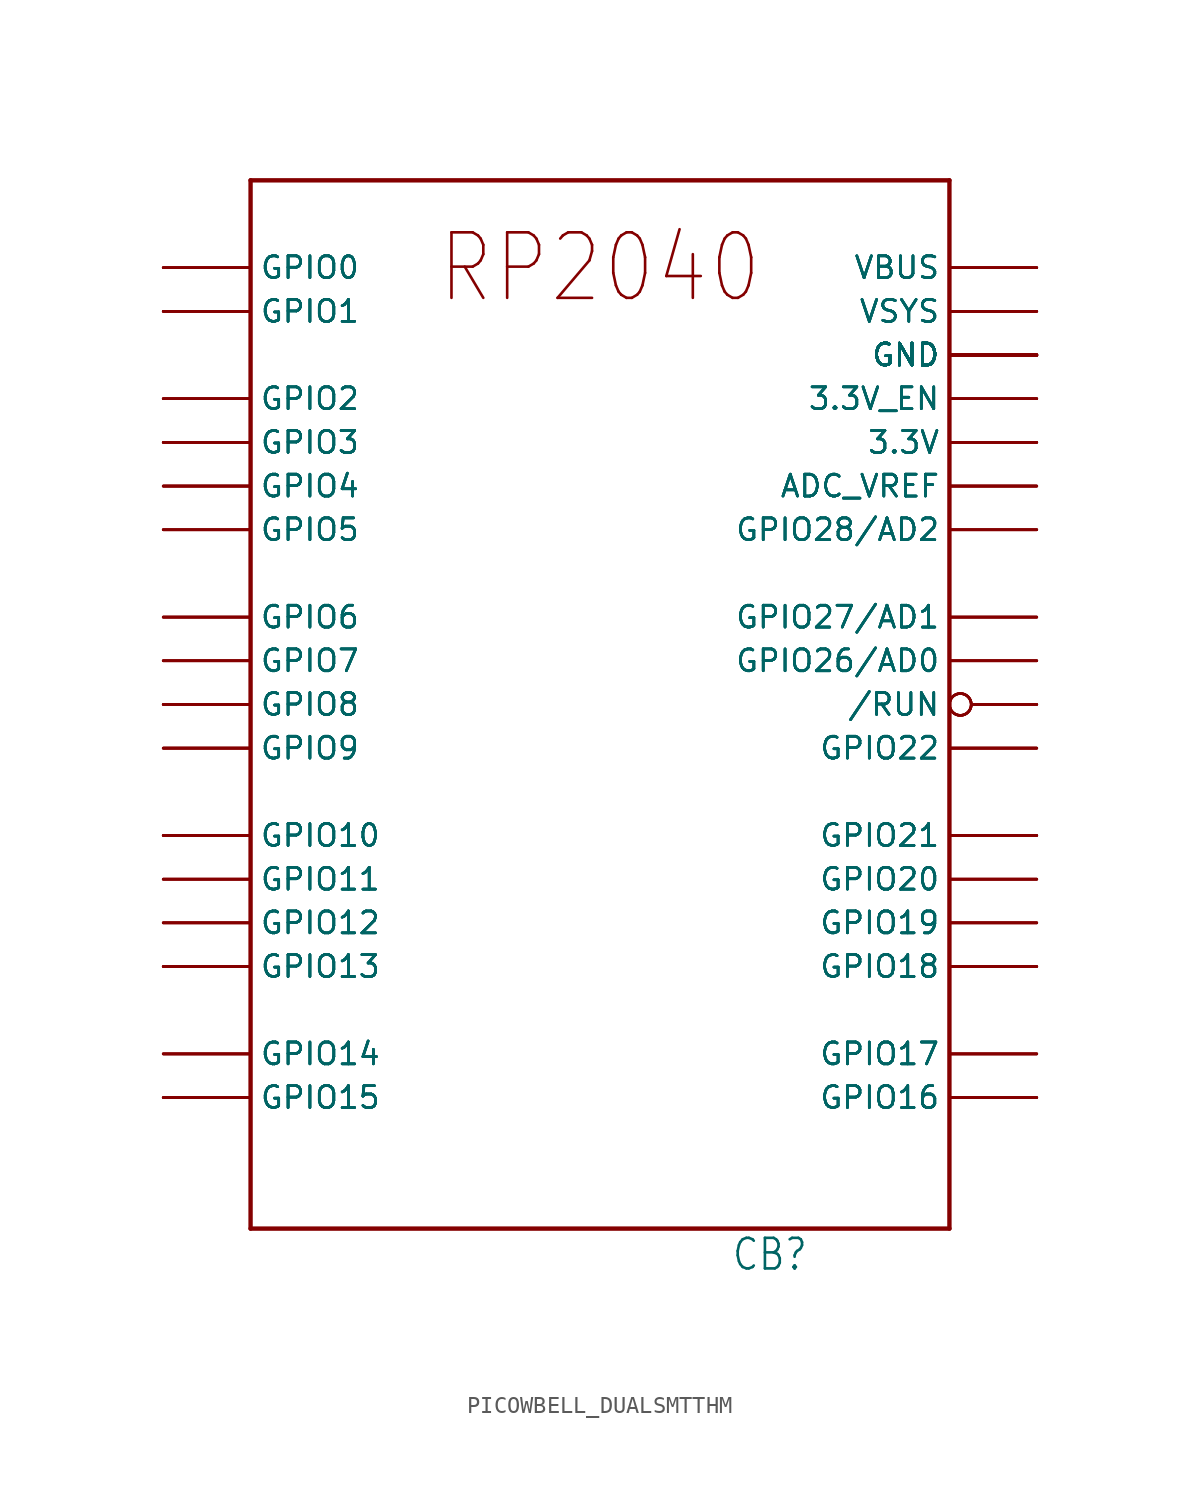
<source format=kicad_sym>
(kicad_symbol_lib
  (version 20231120)
  (generator "kicad_symbol_editor")
  (generator_version "8.0")
  (symbol "PICOWBELL_DUALSMTTHM"
    (property "Reference" "CB"
      (at 7.62 -33.02 0)
      (effects (font (size 1.778 1.511)) (justify left bottom)))
    (property "Value" ""
      (at -17.78 -33.02 0)
      (effects (font (size 1.778 1.511)) (justify left bottom)))
    (property "ki_locked" ""
      (at 0 0 0)
      (effects (font (size 1.27 1.27))))
    (symbol "PICOWBELL_DUALSMTTHM_1_0"
      (polyline (pts (xy -20.32 -30.48) (xy -20.32 30.48)) (stroke (width 0.254) (type solid)) (fill (type none)))
      (polyline (pts (xy -20.32 30.48) (xy 20.32 30.48)) (stroke (width 0.254) (type solid)) (fill (type none)))
      (polyline (pts (xy 20.32 -30.48) (xy -20.32 -30.48)) (stroke (width 0.254) (type solid)) (fill (type none)))
      (polyline (pts (xy 20.32 30.48) (xy 20.32 -30.48)) (stroke (width 0.254) (type solid)) (fill (type none)))
      (text "RP2040" (at 0 25.4 0) (effects (font (size 3.81 3.239))))
      (pin bidirectional line (at -25.4 25.4 0) (length 5.08) (name "GPIO0" (effects (font (size 1.27 1.27)))) (number "S1" (effects (font (size 0 0)))))
      (pin bidirectional line (at -25.4 15.24 0) (length 5.08) (name "GPIO3" (effects (font (size 1.27 1.27)))) (number "S10" (effects (font (size 0 0)))))
      (pin bidirectional line (at -25.4 12.7 0) (length 5.08) (name "GPIO4" (effects (font (size 1.27 1.27)))) (number "S11" (effects (font (size 0 0)))))
      (pin bidirectional line (at -25.4 12.7 0) (length 5.08) (name "GPIO4" (effects (font (size 1.27 1.27)))) (number "S12" (effects (font (size 0 0)))))
      (pin bidirectional line (at -25.4 10.16 0) (length 5.08) (name "GPIO5" (effects (font (size 1.27 1.27)))) (number "S13" (effects (font (size 0 0)))))
      (pin bidirectional line (at -25.4 10.16 0) (length 5.08) (name "GPIO5" (effects (font (size 1.27 1.27)))) (number "S14" (effects (font (size 0 0)))))
      (pin power_in line (at 25.4 20.32 180) (length 5.08) (name "GND" (effects (font (size 1.27 1.27)))) (number "S15" (effects (font (size 0 0)))))
      (pin power_in line (at 25.4 20.32 180) (length 5.08) (name "GND" (effects (font (size 1.27 1.27)))) (number "S16" (effects (font (size 0 0)))))
      (pin bidirectional line (at -25.4 5.08 0) (length 5.08) (name "GPIO6" (effects (font (size 1.27 1.27)))) (number "S17" (effects (font (size 0 0)))))
      (pin bidirectional line (at -25.4 5.08 0) (length 5.08) (name "GPIO6" (effects (font (size 1.27 1.27)))) (number "S18" (effects (font (size 0 0)))))
      (pin bidirectional line (at -25.4 2.54 0) (length 5.08) (name "GPIO7" (effects (font (size 1.27 1.27)))) (number "S19" (effects (font (size 0 0)))))
      (pin bidirectional line (at -25.4 25.4 0) (length 5.08) (name "GPIO0" (effects (font (size 1.27 1.27)))) (number "S2" (effects (font (size 0 0)))))
      (pin bidirectional line (at -25.4 2.54 0) (length 5.08) (name "GPIO7" (effects (font (size 1.27 1.27)))) (number "S20" (effects (font (size 0 0)))))
      (pin bidirectional line (at -25.4 0 0) (length 5.08) (name "GPIO8" (effects (font (size 1.27 1.27)))) (number "S21" (effects (font (size 0 0)))))
      (pin bidirectional line (at -25.4 0 0) (length 5.08) (name "GPIO8" (effects (font (size 1.27 1.27)))) (number "S22" (effects (font (size 0 0)))))
      (pin bidirectional line (at -25.4 -2.54 0) (length 5.08) (name "GPIO9" (effects (font (size 1.27 1.27)))) (number "S23" (effects (font (size 0 0)))))
      (pin bidirectional line (at -25.4 -2.54 0) (length 5.08) (name "GPIO9" (effects (font (size 1.27 1.27)))) (number "S24" (effects (font (size 0 0)))))
      (pin power_in line (at 25.4 20.32 180) (length 5.08) (name "GND" (effects (font (size 1.27 1.27)))) (number "S25" (effects (font (size 0 0)))))
      (pin power_in line (at 25.4 20.32 180) (length 5.08) (name "GND" (effects (font (size 1.27 1.27)))) (number "S26" (effects (font (size 0 0)))))
      (pin bidirectional line (at -25.4 -7.62 0) (length 5.08) (name "GPIO10" (effects (font (size 1.27 1.27)))) (number "S27" (effects (font (size 0 0)))))
      (pin bidirectional line (at -25.4 -7.62 0) (length 5.08) (name "GPIO10" (effects (font (size 1.27 1.27)))) (number "S28" (effects (font (size 0 0)))))
      (pin bidirectional line (at -25.4 -10.16 0) (length 5.08) (name "GPIO11" (effects (font (size 1.27 1.27)))) (number "S29" (effects (font (size 0 0)))))
      (pin bidirectional line (at -25.4 22.86 0) (length 5.08) (name "GPIO1" (effects (font (size 1.27 1.27)))) (number "S3" (effects (font (size 0 0)))))
      (pin bidirectional line (at -25.4 -10.16 0) (length 5.08) (name "GPIO11" (effects (font (size 1.27 1.27)))) (number "S30" (effects (font (size 0 0)))))
      (pin bidirectional line (at -25.4 -12.7 0) (length 5.08) (name "GPIO12" (effects (font (size 1.27 1.27)))) (number "S31" (effects (font (size 0 0)))))
      (pin bidirectional line (at -25.4 -12.7 0) (length 5.08) (name "GPIO12" (effects (font (size 1.27 1.27)))) (number "S32" (effects (font (size 0 0)))))
      (pin bidirectional line (at -25.4 -15.24 0) (length 5.08) (name "GPIO13" (effects (font (size 1.27 1.27)))) (number "S33" (effects (font (size 0 0)))))
      (pin bidirectional line (at -25.4 -15.24 0) (length 5.08) (name "GPIO13" (effects (font (size 1.27 1.27)))) (number "S34" (effects (font (size 0 0)))))
      (pin power_in line (at 25.4 20.32 180) (length 5.08) (name "GND" (effects (font (size 1.27 1.27)))) (number "S35" (effects (font (size 0 0)))))
      (pin power_in line (at 25.4 20.32 180) (length 5.08) (name "GND" (effects (font (size 1.27 1.27)))) (number "S36" (effects (font (size 0 0)))))
      (pin bidirectional line (at -25.4 -20.32 0) (length 5.08) (name "GPIO14" (effects (font (size 1.27 1.27)))) (number "S37" (effects (font (size 0 0)))))
      (pin bidirectional line (at -25.4 -20.32 0) (length 5.08) (name "GPIO14" (effects (font (size 1.27 1.27)))) (number "S38" (effects (font (size 0 0)))))
      (pin bidirectional line (at -25.4 -22.86 0) (length 5.08) (name "GPIO15" (effects (font (size 1.27 1.27)))) (number "S39" (effects (font (size 0 0)))))
      (pin bidirectional line (at -25.4 22.86 0) (length 5.08) (name "GPIO1" (effects (font (size 1.27 1.27)))) (number "S4" (effects (font (size 0 0)))))
      (pin bidirectional line (at -25.4 -22.86 0) (length 5.08) (name "GPIO15" (effects (font (size 1.27 1.27)))) (number "S40" (effects (font (size 0 0)))))
      (pin bidirectional line (at 25.4 -22.86 180) (length 5.08) (name "GPIO16" (effects (font (size 1.27 1.27)))) (number "S41" (effects (font (size 0 0)))))
      (pin bidirectional line (at 25.4 -22.86 180) (length 5.08) (name "GPIO16" (effects (font (size 1.27 1.27)))) (number "S42" (effects (font (size 0 0)))))
      (pin bidirectional line (at 25.4 -20.32 180) (length 5.08) (name "GPIO17" (effects (font (size 1.27 1.27)))) (number "S43" (effects (font (size 0 0)))))
      (pin bidirectional line (at 25.4 -20.32 180) (length 5.08) (name "GPIO17" (effects (font (size 1.27 1.27)))) (number "S44" (effects (font (size 0 0)))))
      (pin power_in line (at 25.4 20.32 180) (length 5.08) (name "GND" (effects (font (size 1.27 1.27)))) (number "S45" (effects (font (size 0 0)))))
      (pin power_in line (at 25.4 20.32 180) (length 5.08) (name "GND" (effects (font (size 1.27 1.27)))) (number "S46" (effects (font (size 0 0)))))
      (pin bidirectional line (at 25.4 -15.24 180) (length 5.08) (name "GPIO18" (effects (font (size 1.27 1.27)))) (number "S47" (effects (font (size 0 0)))))
      (pin bidirectional line (at 25.4 -15.24 180) (length 5.08) (name "GPIO18" (effects (font (size 1.27 1.27)))) (number "S48" (effects (font (size 0 0)))))
      (pin bidirectional line (at 25.4 -12.7 180) (length 5.08) (name "GPIO19" (effects (font (size 1.27 1.27)))) (number "S49" (effects (font (size 0 0)))))
      (pin power_in line (at 25.4 20.32 180) (length 5.08) (name "GND" (effects (font (size 1.27 1.27)))) (number "S5" (effects (font (size 0 0)))))
      (pin bidirectional line (at 25.4 -12.7 180) (length 5.08) (name "GPIO19" (effects (font (size 1.27 1.27)))) (number "S50" (effects (font (size 0 0)))))
      (pin bidirectional line (at 25.4 -10.16 180) (length 5.08) (name "GPIO20" (effects (font (size 1.27 1.27)))) (number "S51" (effects (font (size 0 0)))))
      (pin bidirectional line (at 25.4 -10.16 180) (length 5.08) (name "GPIO20" (effects (font (size 1.27 1.27)))) (number "S52" (effects (font (size 0 0)))))
      (pin bidirectional line (at 25.4 -7.62 180) (length 5.08) (name "GPIO21" (effects (font (size 1.27 1.27)))) (number "S53" (effects (font (size 0 0)))))
      (pin bidirectional line (at 25.4 -7.62 180) (length 5.08) (name "GPIO21" (effects (font (size 1.27 1.27)))) (number "S54" (effects (font (size 0 0)))))
      (pin power_in line (at 25.4 20.32 180) (length 5.08) (name "GND" (effects (font (size 1.27 1.27)))) (number "S55" (effects (font (size 0 0)))))
      (pin power_in line (at 25.4 20.32 180) (length 5.08) (name "GND" (effects (font (size 1.27 1.27)))) (number "S56" (effects (font (size 0 0)))))
      (pin bidirectional line (at 25.4 -2.54 180) (length 5.08) (name "GPIO22" (effects (font (size 1.27 1.27)))) (number "S57" (effects (font (size 0 0)))))
      (pin bidirectional line (at 25.4 -2.54 180) (length 5.08) (name "GPIO22" (effects (font (size 1.27 1.27)))) (number "S58" (effects (font (size 0 0)))))
      (pin bidirectional inverted (at 25.4 0 180) (length 5.08) (name "/RUN" (effects (font (size 1.27 1.27)))) (number "S59" (effects (font (size 0 0)))))
      (pin power_in line (at 25.4 20.32 180) (length 5.08) (name "GND" (effects (font (size 1.27 1.27)))) (number "S6" (effects (font (size 0 0)))))
      (pin bidirectional inverted (at 25.4 0 180) (length 5.08) (name "/RUN" (effects (font (size 1.27 1.27)))) (number "S60" (effects (font (size 0 0)))))
      (pin bidirectional line (at 25.4 2.54 180) (length 5.08) (name "GPIO26/AD0" (effects (font (size 1.27 1.27)))) (number "S61" (effects (font (size 0 0)))))
      (pin bidirectional line (at 25.4 2.54 180) (length 5.08) (name "GPIO26/AD0" (effects (font (size 1.27 1.27)))) (number "S62" (effects (font (size 0 0)))))
      (pin bidirectional line (at 25.4 5.08 180) (length 5.08) (name "GPIO27/AD1" (effects (font (size 1.27 1.27)))) (number "S63" (effects (font (size 0 0)))))
      (pin bidirectional line (at 25.4 5.08 180) (length 5.08) (name "GPIO27/AD1" (effects (font (size 1.27 1.27)))) (number "S64" (effects (font (size 0 0)))))
      (pin power_in line (at 25.4 20.32 180) (length 5.08) (name "GND" (effects (font (size 1.27 1.27)))) (number "S65" (effects (font (size 0 0)))))
      (pin power_in line (at 25.4 20.32 180) (length 5.08) (name "GND" (effects (font (size 1.27 1.27)))) (number "S66" (effects (font (size 0 0)))))
      (pin bidirectional line (at 25.4 10.16 180) (length 5.08) (name "GPIO28/AD2" (effects (font (size 1.27 1.27)))) (number "S67" (effects (font (size 0 0)))))
      (pin bidirectional line (at 25.4 10.16 180) (length 5.08) (name "GPIO28/AD2" (effects (font (size 1.27 1.27)))) (number "S68" (effects (font (size 0 0)))))
      (pin passive line (at 25.4 12.7 180) (length 5.08) (name "ADC_VREF" (effects (font (size 1.27 1.27)))) (number "S69" (effects (font (size 0 0)))))
      (pin bidirectional line (at -25.4 17.78 0) (length 5.08) (name "GPIO2" (effects (font (size 1.27 1.27)))) (number "S7" (effects (font (size 0 0)))))
      (pin passive line (at 25.4 12.7 180) (length 5.08) (name "ADC_VREF" (effects (font (size 1.27 1.27)))) (number "S70" (effects (font (size 0 0)))))
      (pin power_in line (at 25.4 15.24 180) (length 5.08) (name "3.3V" (effects (font (size 1.27 1.27)))) (number "S71" (effects (font (size 0 0)))))
      (pin power_in line (at 25.4 15.24 180) (length 5.08) (name "3.3V" (effects (font (size 1.27 1.27)))) (number "S72" (effects (font (size 0 0)))))
      (pin passive line (at 25.4 17.78 180) (length 5.08) (name "3.3V_EN" (effects (font (size 1.27 1.27)))) (number "S73" (effects (font (size 0 0)))))
      (pin passive line (at 25.4 17.78 180) (length 5.08) (name "3.3V_EN" (effects (font (size 1.27 1.27)))) (number "S74" (effects (font (size 0 0)))))
      (pin power_in line (at 25.4 20.32 180) (length 5.08) (name "GND" (effects (font (size 1.27 1.27)))) (number "S75" (effects (font (size 0 0)))))
      (pin power_in line (at 25.4 20.32 180) (length 5.08) (name "GND" (effects (font (size 1.27 1.27)))) (number "S76" (effects (font (size 0 0)))))
      (pin power_in line (at 25.4 22.86 180) (length 5.08) (name "VSYS" (effects (font (size 1.27 1.27)))) (number "S77" (effects (font (size 0 0)))))
      (pin power_in line (at 25.4 22.86 180) (length 5.08) (name "VSYS" (effects (font (size 1.27 1.27)))) (number "S78" (effects (font (size 0 0)))))
      (pin power_in line (at 25.4 25.4 180) (length 5.08) (name "VBUS" (effects (font (size 1.27 1.27)))) (number "S79" (effects (font (size 0 0)))))
      (pin bidirectional line (at -25.4 17.78 0) (length 5.08) (name "GPIO2" (effects (font (size 1.27 1.27)))) (number "S8" (effects (font (size 0 0)))))
      (pin power_in line (at 25.4 25.4 180) (length 5.08) (name "VBUS" (effects (font (size 1.27 1.27)))) (number "S80" (effects (font (size 0 0)))))
      (pin bidirectional line (at -25.4 15.24 0) (length 5.08) (name "GPIO3" (effects (font (size 1.27 1.27)))) (number "S9" (effects (font (size 0 0)))))
      (pin bidirectional line (at -25.4 25.4 0) (length 5.08) (name "GPIO0" (effects (font (size 1.27 1.27)))) (number "T1" (effects (font (size 0 0)))))
      (pin bidirectional line (at -25.4 15.24 0) (length 5.08) (name "GPIO3" (effects (font (size 1.27 1.27)))) (number "T10" (effects (font (size 0 0)))))
      (pin bidirectional line (at -25.4 12.7 0) (length 5.08) (name "GPIO4" (effects (font (size 1.27 1.27)))) (number "T11" (effects (font (size 0 0)))))
      (pin bidirectional line (at -25.4 12.7 0) (length 5.08) (name "GPIO4" (effects (font (size 1.27 1.27)))) (number "T12" (effects (font (size 0 0)))))
      (pin bidirectional line (at -25.4 10.16 0) (length 5.08) (name "GPIO5" (effects (font (size 1.27 1.27)))) (number "T13" (effects (font (size 0 0)))))
      (pin bidirectional line (at -25.4 10.16 0) (length 5.08) (name "GPIO5" (effects (font (size 1.27 1.27)))) (number "T14" (effects (font (size 0 0)))))
      (pin power_in line (at 25.4 20.32 180) (length 5.08) (name "GND" (effects (font (size 1.27 1.27)))) (number "T15" (effects (font (size 0 0)))))
      (pin power_in line (at 25.4 20.32 180) (length 5.08) (name "GND" (effects (font (size 1.27 1.27)))) (number "T16" (effects (font (size 0 0)))))
      (pin bidirectional line (at -25.4 5.08 0) (length 5.08) (name "GPIO6" (effects (font (size 1.27 1.27)))) (number "T17" (effects (font (size 0 0)))))
      (pin bidirectional line (at -25.4 5.08 0) (length 5.08) (name "GPIO6" (effects (font (size 1.27 1.27)))) (number "T18" (effects (font (size 0 0)))))
      (pin bidirectional line (at -25.4 2.54 0) (length 5.08) (name "GPIO7" (effects (font (size 1.27 1.27)))) (number "T19" (effects (font (size 0 0)))))
      (pin bidirectional line (at -25.4 25.4 0) (length 5.08) (name "GPIO0" (effects (font (size 1.27 1.27)))) (number "T2" (effects (font (size 0 0)))))
      (pin bidirectional line (at -25.4 2.54 0) (length 5.08) (name "GPIO7" (effects (font (size 1.27 1.27)))) (number "T20" (effects (font (size 0 0)))))
      (pin bidirectional line (at -25.4 0 0) (length 5.08) (name "GPIO8" (effects (font (size 1.27 1.27)))) (number "T21" (effects (font (size 0 0)))))
      (pin bidirectional line (at -25.4 0 0) (length 5.08) (name "GPIO8" (effects (font (size 1.27 1.27)))) (number "T22" (effects (font (size 0 0)))))
      (pin bidirectional line (at -25.4 -2.54 0) (length 5.08) (name "GPIO9" (effects (font (size 1.27 1.27)))) (number "T23" (effects (font (size 0 0)))))
      (pin bidirectional line (at -25.4 -2.54 0) (length 5.08) (name "GPIO9" (effects (font (size 1.27 1.27)))) (number "T24" (effects (font (size 0 0)))))
      (pin power_in line (at 25.4 20.32 180) (length 5.08) (name "GND" (effects (font (size 1.27 1.27)))) (number "T25" (effects (font (size 0 0)))))
      (pin power_in line (at 25.4 20.32 180) (length 5.08) (name "GND" (effects (font (size 1.27 1.27)))) (number "T26" (effects (font (size 0 0)))))
      (pin bidirectional line (at -25.4 -7.62 0) (length 5.08) (name "GPIO10" (effects (font (size 1.27 1.27)))) (number "T27" (effects (font (size 0 0)))))
      (pin bidirectional line (at -25.4 -7.62 0) (length 5.08) (name "GPIO10" (effects (font (size 1.27 1.27)))) (number "T28" (effects (font (size 0 0)))))
      (pin bidirectional line (at -25.4 -10.16 0) (length 5.08) (name "GPIO11" (effects (font (size 1.27 1.27)))) (number "T29" (effects (font (size 0 0)))))
      (pin bidirectional line (at -25.4 22.86 0) (length 5.08) (name "GPIO1" (effects (font (size 1.27 1.27)))) (number "T3" (effects (font (size 0 0)))))
      (pin bidirectional line (at -25.4 -10.16 0) (length 5.08) (name "GPIO11" (effects (font (size 1.27 1.27)))) (number "T30" (effects (font (size 0 0)))))
      (pin bidirectional line (at -25.4 -12.7 0) (length 5.08) (name "GPIO12" (effects (font (size 1.27 1.27)))) (number "T31" (effects (font (size 0 0)))))
      (pin bidirectional line (at -25.4 -12.7 0) (length 5.08) (name "GPIO12" (effects (font (size 1.27 1.27)))) (number "T32" (effects (font (size 0 0)))))
      (pin bidirectional line (at -25.4 -15.24 0) (length 5.08) (name "GPIO13" (effects (font (size 1.27 1.27)))) (number "T33" (effects (font (size 0 0)))))
      (pin bidirectional line (at -25.4 -15.24 0) (length 5.08) (name "GPIO13" (effects (font (size 1.27 1.27)))) (number "T34" (effects (font (size 0 0)))))
      (pin power_in line (at 25.4 20.32 180) (length 5.08) (name "GND" (effects (font (size 1.27 1.27)))) (number "T35" (effects (font (size 0 0)))))
      (pin power_in line (at 25.4 20.32 180) (length 5.08) (name "GND" (effects (font (size 1.27 1.27)))) (number "T36" (effects (font (size 0 0)))))
      (pin bidirectional line (at -25.4 -20.32 0) (length 5.08) (name "GPIO14" (effects (font (size 1.27 1.27)))) (number "T37" (effects (font (size 0 0)))))
      (pin bidirectional line (at -25.4 -20.32 0) (length 5.08) (name "GPIO14" (effects (font (size 1.27 1.27)))) (number "T38" (effects (font (size 0 0)))))
      (pin bidirectional line (at -25.4 -22.86 0) (length 5.08) (name "GPIO15" (effects (font (size 1.27 1.27)))) (number "T39" (effects (font (size 0 0)))))
      (pin bidirectional line (at -25.4 22.86 0) (length 5.08) (name "GPIO1" (effects (font (size 1.27 1.27)))) (number "T4" (effects (font (size 0 0)))))
      (pin bidirectional line (at -25.4 -22.86 0) (length 5.08) (name "GPIO15" (effects (font (size 1.27 1.27)))) (number "T40" (effects (font (size 0 0)))))
      (pin bidirectional line (at 25.4 -22.86 180) (length 5.08) (name "GPIO16" (effects (font (size 1.27 1.27)))) (number "T41" (effects (font (size 0 0)))))
      (pin bidirectional line (at 25.4 -22.86 180) (length 5.08) (name "GPIO16" (effects (font (size 1.27 1.27)))) (number "T42" (effects (font (size 0 0)))))
      (pin bidirectional line (at 25.4 -20.32 180) (length 5.08) (name "GPIO17" (effects (font (size 1.27 1.27)))) (number "T43" (effects (font (size 0 0)))))
      (pin bidirectional line (at 25.4 -20.32 180) (length 5.08) (name "GPIO17" (effects (font (size 1.27 1.27)))) (number "T44" (effects (font (size 0 0)))))
      (pin power_in line (at 25.4 20.32 180) (length 5.08) (name "GND" (effects (font (size 1.27 1.27)))) (number "T45" (effects (font (size 0 0)))))
      (pin power_in line (at 25.4 20.32 180) (length 5.08) (name "GND" (effects (font (size 1.27 1.27)))) (number "T46" (effects (font (size 0 0)))))
      (pin bidirectional line (at 25.4 -15.24 180) (length 5.08) (name "GPIO18" (effects (font (size 1.27 1.27)))) (number "T47" (effects (font (size 0 0)))))
      (pin bidirectional line (at 25.4 -15.24 180) (length 5.08) (name "GPIO18" (effects (font (size 1.27 1.27)))) (number "T48" (effects (font (size 0 0)))))
      (pin bidirectional line (at 25.4 -12.7 180) (length 5.08) (name "GPIO19" (effects (font (size 1.27 1.27)))) (number "T49" (effects (font (size 0 0)))))
      (pin power_in line (at 25.4 20.32 180) (length 5.08) (name "GND" (effects (font (size 1.27 1.27)))) (number "T5" (effects (font (size 0 0)))))
      (pin bidirectional line (at 25.4 -12.7 180) (length 5.08) (name "GPIO19" (effects (font (size 1.27 1.27)))) (number "T50" (effects (font (size 0 0)))))
      (pin bidirectional line (at 25.4 -10.16 180) (length 5.08) (name "GPIO20" (effects (font (size 1.27 1.27)))) (number "T51" (effects (font (size 0 0)))))
      (pin bidirectional line (at 25.4 -10.16 180) (length 5.08) (name "GPIO20" (effects (font (size 1.27 1.27)))) (number "T52" (effects (font (size 0 0)))))
      (pin bidirectional line (at 25.4 -7.62 180) (length 5.08) (name "GPIO21" (effects (font (size 1.27 1.27)))) (number "T53" (effects (font (size 0 0)))))
      (pin bidirectional line (at 25.4 -7.62 180) (length 5.08) (name "GPIO21" (effects (font (size 1.27 1.27)))) (number "T54" (effects (font (size 0 0)))))
      (pin power_in line (at 25.4 20.32 180) (length 5.08) (name "GND" (effects (font (size 1.27 1.27)))) (number "T55" (effects (font (size 0 0)))))
      (pin power_in line (at 25.4 20.32 180) (length 5.08) (name "GND" (effects (font (size 1.27 1.27)))) (number "T56" (effects (font (size 0 0)))))
      (pin bidirectional line (at 25.4 -2.54 180) (length 5.08) (name "GPIO22" (effects (font (size 1.27 1.27)))) (number "T57" (effects (font (size 0 0)))))
      (pin bidirectional line (at 25.4 -2.54 180) (length 5.08) (name "GPIO22" (effects (font (size 1.27 1.27)))) (number "T58" (effects (font (size 0 0)))))
      (pin bidirectional inverted (at 25.4 0 180) (length 5.08) (name "/RUN" (effects (font (size 1.27 1.27)))) (number "T59" (effects (font (size 0 0)))))
      (pin power_in line (at 25.4 20.32 180) (length 5.08) (name "GND" (effects (font (size 1.27 1.27)))) (number "T6" (effects (font (size 0 0)))))
      (pin bidirectional inverted (at 25.4 0 180) (length 5.08) (name "/RUN" (effects (font (size 1.27 1.27)))) (number "T60" (effects (font (size 0 0)))))
      (pin bidirectional line (at 25.4 2.54 180) (length 5.08) (name "GPIO26/AD0" (effects (font (size 1.27 1.27)))) (number "T61" (effects (font (size 0 0)))))
      (pin bidirectional line (at 25.4 2.54 180) (length 5.08) (name "GPIO26/AD0" (effects (font (size 1.27 1.27)))) (number "T62" (effects (font (size 0 0)))))
      (pin bidirectional line (at 25.4 5.08 180) (length 5.08) (name "GPIO27/AD1" (effects (font (size 1.27 1.27)))) (number "T63" (effects (font (size 0 0)))))
      (pin bidirectional line (at 25.4 5.08 180) (length 5.08) (name "GPIO27/AD1" (effects (font (size 1.27 1.27)))) (number "T64" (effects (font (size 0 0)))))
      (pin power_in line (at 25.4 20.32 180) (length 5.08) (name "GND" (effects (font (size 1.27 1.27)))) (number "T65" (effects (font (size 0 0)))))
      (pin power_in line (at 25.4 20.32 180) (length 5.08) (name "GND" (effects (font (size 1.27 1.27)))) (number "T66" (effects (font (size 0 0)))))
      (pin bidirectional line (at 25.4 10.16 180) (length 5.08) (name "GPIO28/AD2" (effects (font (size 1.27 1.27)))) (number "T67" (effects (font (size 0 0)))))
      (pin bidirectional line (at 25.4 10.16 180) (length 5.08) (name "GPIO28/AD2" (effects (font (size 1.27 1.27)))) (number "T68" (effects (font (size 0 0)))))
      (pin passive line (at 25.4 12.7 180) (length 5.08) (name "ADC_VREF" (effects (font (size 1.27 1.27)))) (number "T69" (effects (font (size 0 0)))))
      (pin bidirectional line (at -25.4 17.78 0) (length 5.08) (name "GPIO2" (effects (font (size 1.27 1.27)))) (number "T7" (effects (font (size 0 0)))))
      (pin passive line (at 25.4 12.7 180) (length 5.08) (name "ADC_VREF" (effects (font (size 1.27 1.27)))) (number "T70" (effects (font (size 0 0)))))
      (pin power_in line (at 25.4 15.24 180) (length 5.08) (name "3.3V" (effects (font (size 1.27 1.27)))) (number "T71" (effects (font (size 0 0)))))
      (pin power_in line (at 25.4 15.24 180) (length 5.08) (name "3.3V" (effects (font (size 1.27 1.27)))) (number "T72" (effects (font (size 0 0)))))
      (pin passive line (at 25.4 17.78 180) (length 5.08) (name "3.3V_EN" (effects (font (size 1.27 1.27)))) (number "T73" (effects (font (size 0 0)))))
      (pin passive line (at 25.4 17.78 180) (length 5.08) (name "3.3V_EN" (effects (font (size 1.27 1.27)))) (number "T74" (effects (font (size 0 0)))))
      (pin power_in line (at 25.4 20.32 180) (length 5.08) (name "GND" (effects (font (size 1.27 1.27)))) (number "T75" (effects (font (size 0 0)))))
      (pin power_in line (at 25.4 20.32 180) (length 5.08) (name "GND" (effects (font (size 1.27 1.27)))) (number "T76" (effects (font (size 0 0)))))
      (pin power_in line (at 25.4 22.86 180) (length 5.08) (name "VSYS" (effects (font (size 1.27 1.27)))) (number "T77" (effects (font (size 0 0)))))
      (pin power_in line (at 25.4 22.86 180) (length 5.08) (name "VSYS" (effects (font (size 1.27 1.27)))) (number "T78" (effects (font (size 0 0)))))
      (pin power_in line (at 25.4 25.4 180) (length 5.08) (name "VBUS" (effects (font (size 1.27 1.27)))) (number "T79" (effects (font (size 0 0)))))
      (pin bidirectional line (at -25.4 17.78 0) (length 5.08) (name "GPIO2" (effects (font (size 1.27 1.27)))) (number "T8" (effects (font (size 0 0)))))
      (pin power_in line (at 25.4 25.4 180) (length 5.08) (name "VBUS" (effects (font (size 1.27 1.27)))) (number "T80" (effects (font (size 0 0)))))
      (pin bidirectional line (at -25.4 15.24 0) (length 5.08) (name "GPIO3" (effects (font (size 1.27 1.27)))) (number "T9" (effects (font (size 0 0))))))))
</source>
